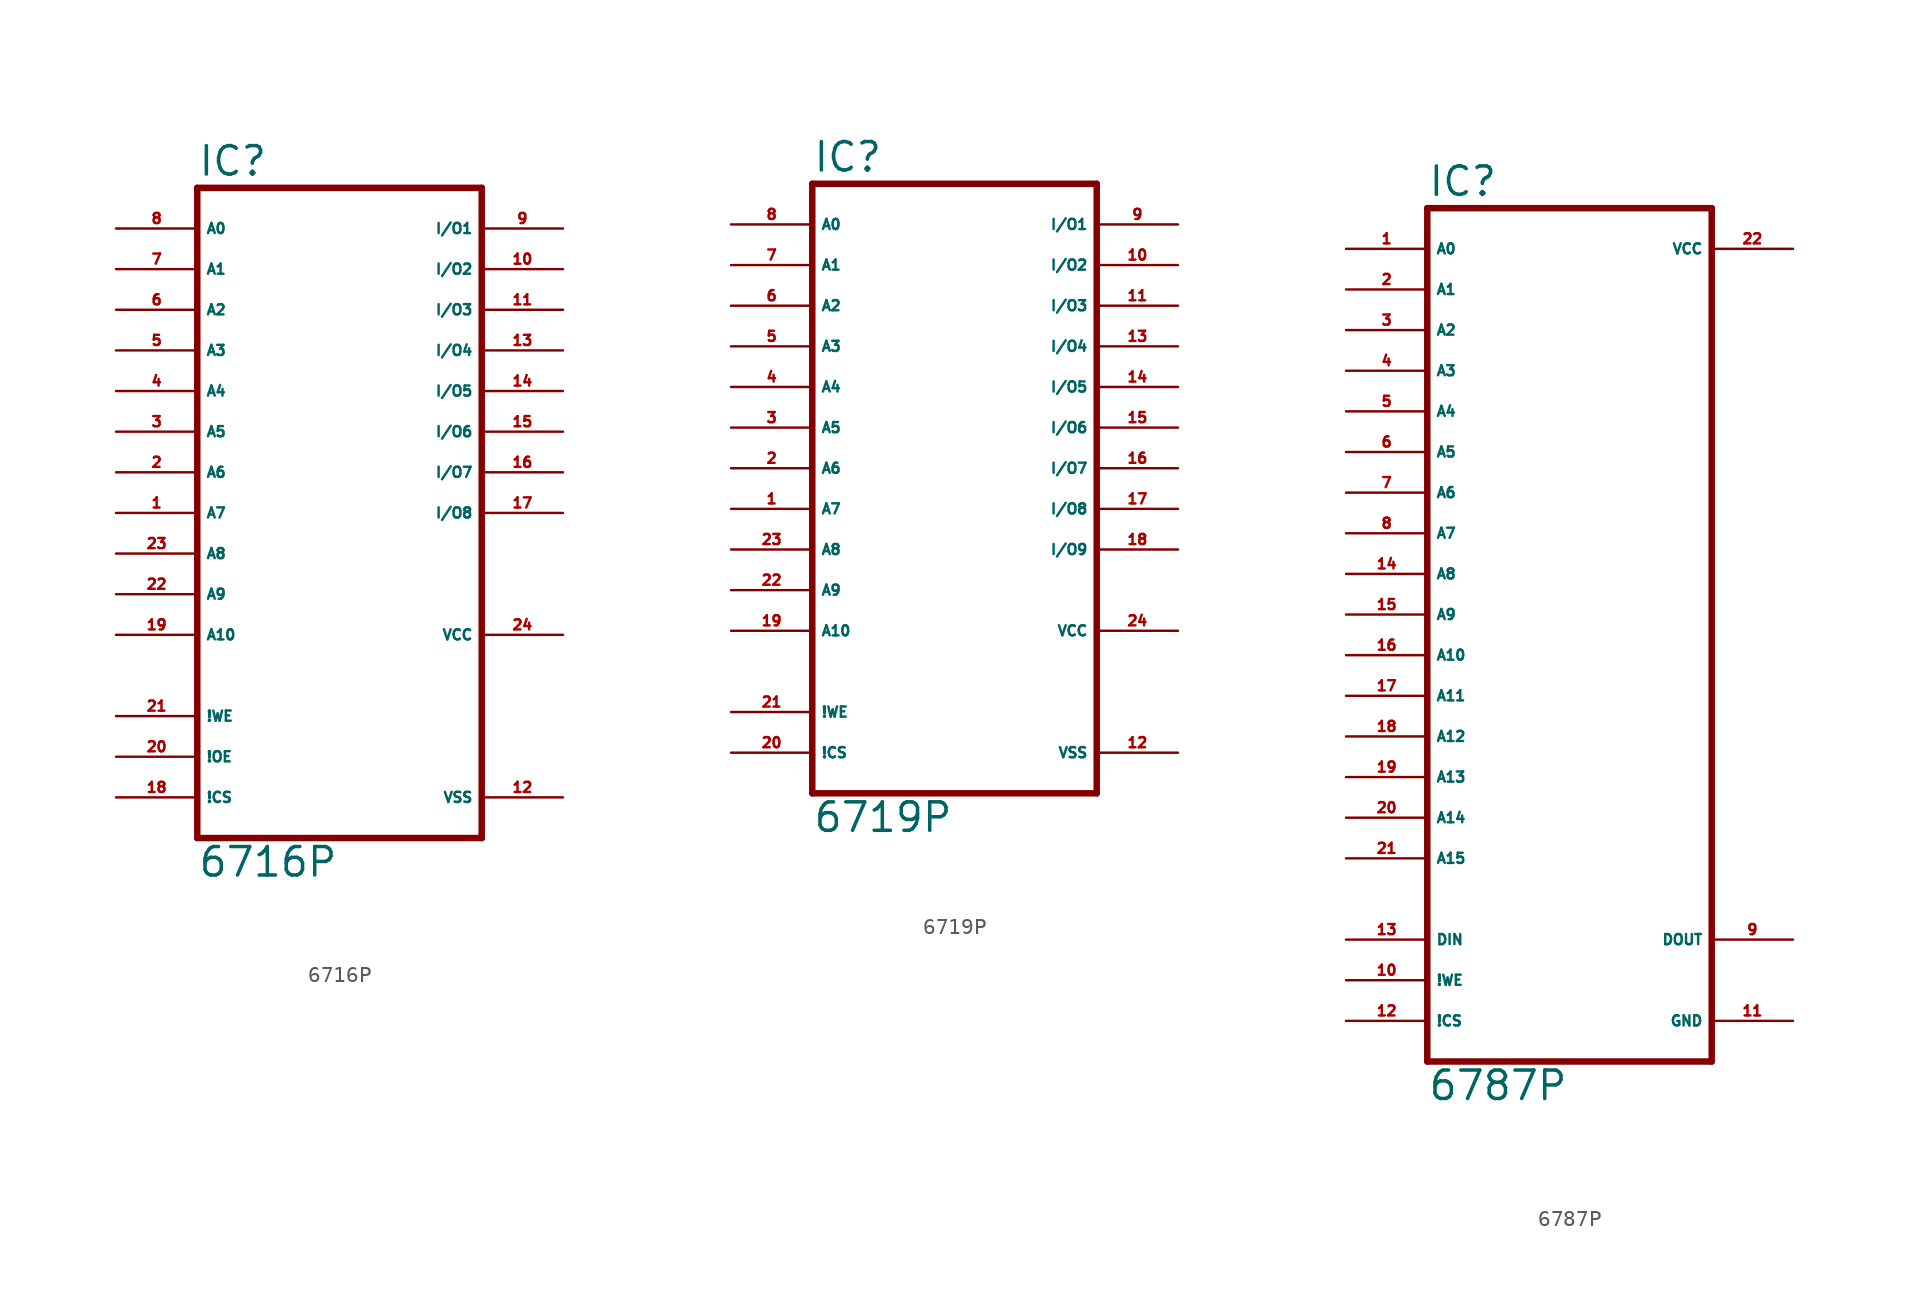
<source format=kicad_sym>
(kicad_symbol_lib
  (version 20220914)
  (generator Eagle2Kicad)
  (symbol "6716P"
    (property "Reference" "IC"
      (at -10.16 20.955 0)
      (effects (font (size 1.778 1.778) (thickness 0.22)) (justify left bottom)))
    (property "Value" "6716P"
      (at -10.16 -22.86 0)
      (effects (font (size 1.778 1.778) (thickness 0.22)) (justify left bottom)))
    (polyline
      (pts (xy -10.16 -20.32) (xy 7.62 -20.32))
      (stroke (width 0.406) (type default))
      (fill (type none)))
    (polyline
      (pts (xy 7.62 20.32) (xy 7.62 -20.32))
      (stroke (width 0.406) (type default))
      (fill (type none)))
    (polyline
      (pts (xy 7.62 20.32) (xy -10.16 20.32))
      (stroke (width 0.406) (type default))
      (fill (type none)))
    (polyline
      (pts (xy -10.16 -20.32) (xy -10.16 20.32))
      (stroke (width 0.406) (type default))
      (fill (type none)))
    (pin input line
      (at -15.24 17.78 0)
      (length 5.08)
      (name "A0" (effects (font (size 0.635 0.635) (thickness 0.08)) (justify left bottom)))
      (number "8" (effects (font (size 0.635 0.635) (thickness 0.08)) (justify left bottom))))
    (pin input line
      (at -15.24 15.24 0)
      (length 5.08)
      (name "A1" (effects (font (size 0.635 0.635) (thickness 0.08)) (justify left bottom)))
      (number "7" (effects (font (size 0.635 0.635) (thickness 0.08)) (justify left bottom))))
    (pin input line
      (at -15.24 12.7 0)
      (length 5.08)
      (name "A2" (effects (font (size 0.635 0.635) (thickness 0.08)) (justify left bottom)))
      (number "6" (effects (font (size 0.635 0.635) (thickness 0.08)) (justify left bottom))))
    (pin input line
      (at -15.24 10.16 0)
      (length 5.08)
      (name "A3" (effects (font (size 0.635 0.635) (thickness 0.08)) (justify left bottom)))
      (number "5" (effects (font (size 0.635 0.635) (thickness 0.08)) (justify left bottom))))
    (pin input line
      (at -15.24 7.62 0)
      (length 5.08)
      (name "A4" (effects (font (size 0.635 0.635) (thickness 0.08)) (justify left bottom)))
      (number "4" (effects (font (size 0.635 0.635) (thickness 0.08)) (justify left bottom))))
    (pin input line
      (at -15.24 5.08 0)
      (length 5.08)
      (name "A5" (effects (font (size 0.635 0.635) (thickness 0.08)) (justify left bottom)))
      (number "3" (effects (font (size 0.635 0.635) (thickness 0.08)) (justify left bottom))))
    (pin input line
      (at -15.24 2.54 0)
      (length 5.08)
      (name "A6" (effects (font (size 0.635 0.635) (thickness 0.08)) (justify left bottom)))
      (number "2" (effects (font (size 0.635 0.635) (thickness 0.08)) (justify left bottom))))
    (pin input line
      (at -15.24 0 0)
      (length 5.08)
      (name "A7" (effects (font (size 0.635 0.635) (thickness 0.08)) (justify left bottom)))
      (number "1" (effects (font (size 0.635 0.635) (thickness 0.08)) (justify left bottom))))
    (pin input line
      (at -15.24 -2.54 0)
      (length 5.08)
      (name "A8" (effects (font (size 0.635 0.635) (thickness 0.08)) (justify left bottom)))
      (number "23" (effects (font (size 0.635 0.635) (thickness 0.08)) (justify left bottom))))
    (pin input line
      (at -15.24 -5.08 0)
      (length 5.08)
      (name "A9" (effects (font (size 0.635 0.635) (thickness 0.08)) (justify left bottom)))
      (number "22" (effects (font (size 0.635 0.635) (thickness 0.08)) (justify left bottom))))
    (pin input line
      (at -15.24 -7.62 0)
      (length 5.08)
      (name "A10" (effects (font (size 0.635 0.635) (thickness 0.08)) (justify left bottom)))
      (number "19" (effects (font (size 0.635 0.635) (thickness 0.08)) (justify left bottom))))
    (pin bidirectional line
      (at 12.7 17.78 180)
      (length 5.08)
      (name "I/O1" (effects (font (size 0.635 0.635) (thickness 0.08)) (justify left bottom)))
      (number "9" (effects (font (size 0.635 0.635) (thickness 0.08)) (justify left bottom))))
    (pin bidirectional line
      (at 12.7 15.24 180)
      (length 5.08)
      (name "I/O2" (effects (font (size 0.635 0.635) (thickness 0.08)) (justify left bottom)))
      (number "10" (effects (font (size 0.635 0.635) (thickness 0.08)) (justify left bottom))))
    (pin bidirectional line
      (at 12.7 12.7 180)
      (length 5.08)
      (name "I/O3" (effects (font (size 0.635 0.635) (thickness 0.08)) (justify left bottom)))
      (number "11" (effects (font (size 0.635 0.635) (thickness 0.08)) (justify left bottom))))
    (pin bidirectional line
      (at 12.7 10.16 180)
      (length 5.08)
      (name "I/O4" (effects (font (size 0.635 0.635) (thickness 0.08)) (justify left bottom)))
      (number "13" (effects (font (size 0.635 0.635) (thickness 0.08)) (justify left bottom))))
    (pin bidirectional line
      (at 12.7 7.62 180)
      (length 5.08)
      (name "I/O5" (effects (font (size 0.635 0.635) (thickness 0.08)) (justify left bottom)))
      (number "14" (effects (font (size 0.635 0.635) (thickness 0.08)) (justify left bottom))))
    (pin bidirectional line
      (at 12.7 5.08 180)
      (length 5.08)
      (name "I/O6" (effects (font (size 0.635 0.635) (thickness 0.08)) (justify left bottom)))
      (number "15" (effects (font (size 0.635 0.635) (thickness 0.08)) (justify left bottom))))
    (pin bidirectional line
      (at 12.7 2.54 180)
      (length 5.08)
      (name "I/O7" (effects (font (size 0.635 0.635) (thickness 0.08)) (justify left bottom)))
      (number "16" (effects (font (size 0.635 0.635) (thickness 0.08)) (justify left bottom))))
    (pin bidirectional line
      (at 12.7 0 180)
      (length 5.08)
      (name "I/O8" (effects (font (size 0.635 0.635) (thickness 0.08)) (justify left bottom)))
      (number "17" (effects (font (size 0.635 0.635) (thickness 0.08)) (justify left bottom))))
    (pin input line
      (at -15.24 -12.7 0)
      (length 5.08)
      (name "!WE" (effects (font (size 0.635 0.635) (thickness 0.08)) (justify left bottom)))
      (number "21" (effects (font (size 0.635 0.635) (thickness 0.08)) (justify left bottom))))
    (pin input line
      (at -15.24 -15.24 0)
      (length 5.08)
      (name "!OE" (effects (font (size 0.635 0.635) (thickness 0.08)) (justify left bottom)))
      (number "20" (effects (font (size 0.635 0.635) (thickness 0.08)) (justify left bottom))))
    (pin input line
      (at -15.24 -17.78 0)
      (length 5.08)
      (name "!CS" (effects (font (size 0.635 0.635) (thickness 0.08)) (justify left bottom)))
      (number "18" (effects (font (size 0.635 0.635) (thickness 0.08)) (justify left bottom))))
    (pin unspecified line
      (at 12.7 -17.78 180)
      (length 5.08)
      (name "VSS" (effects (font (size 0.635 0.635) (thickness 0.08)) (justify left bottom)))
      (number "12" (effects (font (size 0.635 0.635) (thickness 0.08)) (justify left bottom))))
    (pin unspecified line
      (at 12.7 -7.62 180)
      (length 5.08)
      (name "VCC" (effects (font (size 0.635 0.635) (thickness 0.08)) (justify left bottom)))
      (number "24" (effects (font (size 0.635 0.635) (thickness 0.08)) (justify left bottom)))))
  (symbol "6719P"
    (property "Reference" "IC"
      (at -10.16 18.415 0)
      (effects (font (size 1.778 1.778) (thickness 0.22)) (justify left bottom)))
    (property "Value" "6719P"
      (at -10.16 -22.86 0)
      (effects (font (size 1.778 1.778) (thickness 0.22)) (justify left bottom)))
    (polyline
      (pts (xy -10.16 -20.32) (xy 7.62 -20.32))
      (stroke (width 0.406) (type default))
      (fill (type none)))
    (polyline
      (pts (xy 7.62 17.78) (xy 7.62 -20.32))
      (stroke (width 0.406) (type default))
      (fill (type none)))
    (polyline
      (pts (xy 7.62 17.78) (xy -10.16 17.78))
      (stroke (width 0.406) (type default))
      (fill (type none)))
    (polyline
      (pts (xy -10.16 -20.32) (xy -10.16 17.78))
      (stroke (width 0.406) (type default))
      (fill (type none)))
    (pin input line
      (at -15.24 15.24 0)
      (length 5.08)
      (name "A0" (effects (font (size 0.635 0.635) (thickness 0.08)) (justify left bottom)))
      (number "8" (effects (font (size 0.635 0.635) (thickness 0.08)) (justify left bottom))))
    (pin input line
      (at -15.24 12.7 0)
      (length 5.08)
      (name "A1" (effects (font (size 0.635 0.635) (thickness 0.08)) (justify left bottom)))
      (number "7" (effects (font (size 0.635 0.635) (thickness 0.08)) (justify left bottom))))
    (pin input line
      (at -15.24 10.16 0)
      (length 5.08)
      (name "A2" (effects (font (size 0.635 0.635) (thickness 0.08)) (justify left bottom)))
      (number "6" (effects (font (size 0.635 0.635) (thickness 0.08)) (justify left bottom))))
    (pin input line
      (at -15.24 7.62 0)
      (length 5.08)
      (name "A3" (effects (font (size 0.635 0.635) (thickness 0.08)) (justify left bottom)))
      (number "5" (effects (font (size 0.635 0.635) (thickness 0.08)) (justify left bottom))))
    (pin input line
      (at -15.24 5.08 0)
      (length 5.08)
      (name "A4" (effects (font (size 0.635 0.635) (thickness 0.08)) (justify left bottom)))
      (number "4" (effects (font (size 0.635 0.635) (thickness 0.08)) (justify left bottom))))
    (pin input line
      (at -15.24 2.54 0)
      (length 5.08)
      (name "A5" (effects (font (size 0.635 0.635) (thickness 0.08)) (justify left bottom)))
      (number "3" (effects (font (size 0.635 0.635) (thickness 0.08)) (justify left bottom))))
    (pin input line
      (at -15.24 0 0)
      (length 5.08)
      (name "A6" (effects (font (size 0.635 0.635) (thickness 0.08)) (justify left bottom)))
      (number "2" (effects (font (size 0.635 0.635) (thickness 0.08)) (justify left bottom))))
    (pin input line
      (at -15.24 -2.54 0)
      (length 5.08)
      (name "A7" (effects (font (size 0.635 0.635) (thickness 0.08)) (justify left bottom)))
      (number "1" (effects (font (size 0.635 0.635) (thickness 0.08)) (justify left bottom))))
    (pin input line
      (at -15.24 -5.08 0)
      (length 5.08)
      (name "A8" (effects (font (size 0.635 0.635) (thickness 0.08)) (justify left bottom)))
      (number "23" (effects (font (size 0.635 0.635) (thickness 0.08)) (justify left bottom))))
    (pin input line
      (at -15.24 -7.62 0)
      (length 5.08)
      (name "A9" (effects (font (size 0.635 0.635) (thickness 0.08)) (justify left bottom)))
      (number "22" (effects (font (size 0.635 0.635) (thickness 0.08)) (justify left bottom))))
    (pin input line
      (at -15.24 -10.16 0)
      (length 5.08)
      (name "A10" (effects (font (size 0.635 0.635) (thickness 0.08)) (justify left bottom)))
      (number "19" (effects (font (size 0.635 0.635) (thickness 0.08)) (justify left bottom))))
    (pin bidirectional line
      (at 12.7 15.24 180)
      (length 5.08)
      (name "I/O1" (effects (font (size 0.635 0.635) (thickness 0.08)) (justify left bottom)))
      (number "9" (effects (font (size 0.635 0.635) (thickness 0.08)) (justify left bottom))))
    (pin bidirectional line
      (at 12.7 12.7 180)
      (length 5.08)
      (name "I/O2" (effects (font (size 0.635 0.635) (thickness 0.08)) (justify left bottom)))
      (number "10" (effects (font (size 0.635 0.635) (thickness 0.08)) (justify left bottom))))
    (pin bidirectional line
      (at 12.7 10.16 180)
      (length 5.08)
      (name "I/O3" (effects (font (size 0.635 0.635) (thickness 0.08)) (justify left bottom)))
      (number "11" (effects (font (size 0.635 0.635) (thickness 0.08)) (justify left bottom))))
    (pin bidirectional line
      (at 12.7 7.62 180)
      (length 5.08)
      (name "I/O4" (effects (font (size 0.635 0.635) (thickness 0.08)) (justify left bottom)))
      (number "13" (effects (font (size 0.635 0.635) (thickness 0.08)) (justify left bottom))))
    (pin bidirectional line
      (at 12.7 5.08 180)
      (length 5.08)
      (name "I/O5" (effects (font (size 0.635 0.635) (thickness 0.08)) (justify left bottom)))
      (number "14" (effects (font (size 0.635 0.635) (thickness 0.08)) (justify left bottom))))
    (pin bidirectional line
      (at 12.7 2.54 180)
      (length 5.08)
      (name "I/O6" (effects (font (size 0.635 0.635) (thickness 0.08)) (justify left bottom)))
      (number "15" (effects (font (size 0.635 0.635) (thickness 0.08)) (justify left bottom))))
    (pin bidirectional line
      (at 12.7 0 180)
      (length 5.08)
      (name "I/O7" (effects (font (size 0.635 0.635) (thickness 0.08)) (justify left bottom)))
      (number "16" (effects (font (size 0.635 0.635) (thickness 0.08)) (justify left bottom))))
    (pin bidirectional line
      (at 12.7 -2.54 180)
      (length 5.08)
      (name "I/O8" (effects (font (size 0.635 0.635) (thickness 0.08)) (justify left bottom)))
      (number "17" (effects (font (size 0.635 0.635) (thickness 0.08)) (justify left bottom))))
    (pin input line
      (at -15.24 -15.24 0)
      (length 5.08)
      (name "!WE" (effects (font (size 0.635 0.635) (thickness 0.08)) (justify left bottom)))
      (number "21" (effects (font (size 0.635 0.635) (thickness 0.08)) (justify left bottom))))
    (pin bidirectional line
      (at 12.7 -5.08 180)
      (length 5.08)
      (name "I/O9" (effects (font (size 0.635 0.635) (thickness 0.08)) (justify left bottom)))
      (number "18" (effects (font (size 0.635 0.635) (thickness 0.08)) (justify left bottom))))
    (pin input line
      (at -15.24 -17.78 0)
      (length 5.08)
      (name "!CS" (effects (font (size 0.635 0.635) (thickness 0.08)) (justify left bottom)))
      (number "20" (effects (font (size 0.635 0.635) (thickness 0.08)) (justify left bottom))))
    (pin unspecified line
      (at 12.7 -17.78 180)
      (length 5.08)
      (name "VSS" (effects (font (size 0.635 0.635) (thickness 0.08)) (justify left bottom)))
      (number "12" (effects (font (size 0.635 0.635) (thickness 0.08)) (justify left bottom))))
    (pin unspecified line
      (at 12.7 -10.16 180)
      (length 5.08)
      (name "VCC" (effects (font (size 0.635 0.635) (thickness 0.08)) (justify left bottom)))
      (number "24" (effects (font (size 0.635 0.635) (thickness 0.08)) (justify left bottom)))))
  (symbol "6787P"
    (property "Reference" "IC"
      (at -10.16 26.035 0)
      (effects (font (size 1.778 1.778) (thickness 0.22)) (justify left bottom)))
    (property "Value" "6787P"
      (at -10.16 -30.48 0)
      (effects (font (size 1.778 1.778) (thickness 0.22)) (justify left bottom)))
    (polyline
      (pts (xy -10.16 -27.94) (xy 7.62 -27.94))
      (stroke (width 0.406) (type default))
      (fill (type none)))
    (polyline
      (pts (xy 7.62 25.4) (xy 7.62 -27.94))
      (stroke (width 0.406) (type default))
      (fill (type none)))
    (polyline
      (pts (xy 7.62 25.4) (xy -10.16 25.4))
      (stroke (width 0.406) (type default))
      (fill (type none)))
    (polyline
      (pts (xy -10.16 -27.94) (xy -10.16 25.4))
      (stroke (width 0.406) (type default))
      (fill (type none)))
    (pin input line
      (at -15.24 22.86 0)
      (length 5.08)
      (name "A0" (effects (font (size 0.635 0.635) (thickness 0.08)) (justify left bottom)))
      (number "1" (effects (font (size 0.635 0.635) (thickness 0.08)) (justify left bottom))))
    (pin input line
      (at -15.24 20.32 0)
      (length 5.08)
      (name "A1" (effects (font (size 0.635 0.635) (thickness 0.08)) (justify left bottom)))
      (number "2" (effects (font (size 0.635 0.635) (thickness 0.08)) (justify left bottom))))
    (pin input line
      (at -15.24 17.78 0)
      (length 5.08)
      (name "A2" (effects (font (size 0.635 0.635) (thickness 0.08)) (justify left bottom)))
      (number "3" (effects (font (size 0.635 0.635) (thickness 0.08)) (justify left bottom))))
    (pin input line
      (at -15.24 15.24 0)
      (length 5.08)
      (name "A3" (effects (font (size 0.635 0.635) (thickness 0.08)) (justify left bottom)))
      (number "4" (effects (font (size 0.635 0.635) (thickness 0.08)) (justify left bottom))))
    (pin input line
      (at -15.24 12.7 0)
      (length 5.08)
      (name "A4" (effects (font (size 0.635 0.635) (thickness 0.08)) (justify left bottom)))
      (number "5" (effects (font (size 0.635 0.635) (thickness 0.08)) (justify left bottom))))
    (pin input line
      (at -15.24 10.16 0)
      (length 5.08)
      (name "A5" (effects (font (size 0.635 0.635) (thickness 0.08)) (justify left bottom)))
      (number "6" (effects (font (size 0.635 0.635) (thickness 0.08)) (justify left bottom))))
    (pin input line
      (at -15.24 7.62 0)
      (length 5.08)
      (name "A6" (effects (font (size 0.635 0.635) (thickness 0.08)) (justify left bottom)))
      (number "7" (effects (font (size 0.635 0.635) (thickness 0.08)) (justify left bottom))))
    (pin input line
      (at -15.24 5.08 0)
      (length 5.08)
      (name "A7" (effects (font (size 0.635 0.635) (thickness 0.08)) (justify left bottom)))
      (number "8" (effects (font (size 0.635 0.635) (thickness 0.08)) (justify left bottom))))
    (pin input line
      (at -15.24 2.54 0)
      (length 5.08)
      (name "A8" (effects (font (size 0.635 0.635) (thickness 0.08)) (justify left bottom)))
      (number "14" (effects (font (size 0.635 0.635) (thickness 0.08)) (justify left bottom))))
    (pin input line
      (at -15.24 0 0)
      (length 5.08)
      (name "A9" (effects (font (size 0.635 0.635) (thickness 0.08)) (justify left bottom)))
      (number "15" (effects (font (size 0.635 0.635) (thickness 0.08)) (justify left bottom))))
    (pin input line
      (at -15.24 -2.54 0)
      (length 5.08)
      (name "A10" (effects (font (size 0.635 0.635) (thickness 0.08)) (justify left bottom)))
      (number "16" (effects (font (size 0.635 0.635) (thickness 0.08)) (justify left bottom))))
    (pin input line
      (at -15.24 -5.08 0)
      (length 5.08)
      (name "A11" (effects (font (size 0.635 0.635) (thickness 0.08)) (justify left bottom)))
      (number "17" (effects (font (size 0.635 0.635) (thickness 0.08)) (justify left bottom))))
    (pin input line
      (at -15.24 -7.62 0)
      (length 5.08)
      (name "A12" (effects (font (size 0.635 0.635) (thickness 0.08)) (justify left bottom)))
      (number "18" (effects (font (size 0.635 0.635) (thickness 0.08)) (justify left bottom))))
    (pin input line
      (at -15.24 -10.16 0)
      (length 5.08)
      (name "A13" (effects (font (size 0.635 0.635) (thickness 0.08)) (justify left bottom)))
      (number "19" (effects (font (size 0.635 0.635) (thickness 0.08)) (justify left bottom))))
    (pin input line
      (at -15.24 -12.7 0)
      (length 5.08)
      (name "A14" (effects (font (size 0.635 0.635) (thickness 0.08)) (justify left bottom)))
      (number "20" (effects (font (size 0.635 0.635) (thickness 0.08)) (justify left bottom))))
    (pin input line
      (at -15.24 -15.24 0)
      (length 5.08)
      (name "A15" (effects (font (size 0.635 0.635) (thickness 0.08)) (justify left bottom)))
      (number "21" (effects (font (size 0.635 0.635) (thickness 0.08)) (justify left bottom))))
    (pin input line
      (at -15.24 -22.86 0)
      (length 5.08)
      (name "!WE" (effects (font (size 0.635 0.635) (thickness 0.08)) (justify left bottom)))
      (number "10" (effects (font (size 0.635 0.635) (thickness 0.08)) (justify left bottom))))
    (pin input line
      (at -15.24 -25.4 0)
      (length 5.08)
      (name "!CS" (effects (font (size 0.635 0.635) (thickness 0.08)) (justify left bottom)))
      (number "12" (effects (font (size 0.635 0.635) (thickness 0.08)) (justify left bottom))))
    (pin input line
      (at -15.24 -20.32 0)
      (length 5.08)
      (name "DIN" (effects (font (size 0.635 0.635) (thickness 0.08)) (justify left bottom)))
      (number "13" (effects (font (size 0.635 0.635) (thickness 0.08)) (justify left bottom))))
    (pin tri_state line
      (at 12.7 -20.32 180)
      (length 5.08)
      (name "DOUT" (effects (font (size 0.635 0.635) (thickness 0.08)) (justify left bottom)))
      (number "9" (effects (font (size 0.635 0.635) (thickness 0.08)) (justify left bottom))))
    (pin unspecified line
      (at 12.7 -25.4 180)
      (length 5.08)
      (name "GND" (effects (font (size 0.635 0.635) (thickness 0.08)) (justify left bottom)))
      (number "11" (effects (font (size 0.635 0.635) (thickness 0.08)) (justify left bottom))))
    (pin unspecified line
      (at 12.7 22.86 180)
      (length 5.08)
      (name "VCC" (effects (font (size 0.635 0.635) (thickness 0.08)) (justify left bottom)))
      (number "22" (effects (font (size 0.635 0.635) (thickness 0.08)) (justify left bottom))))))
</source>
